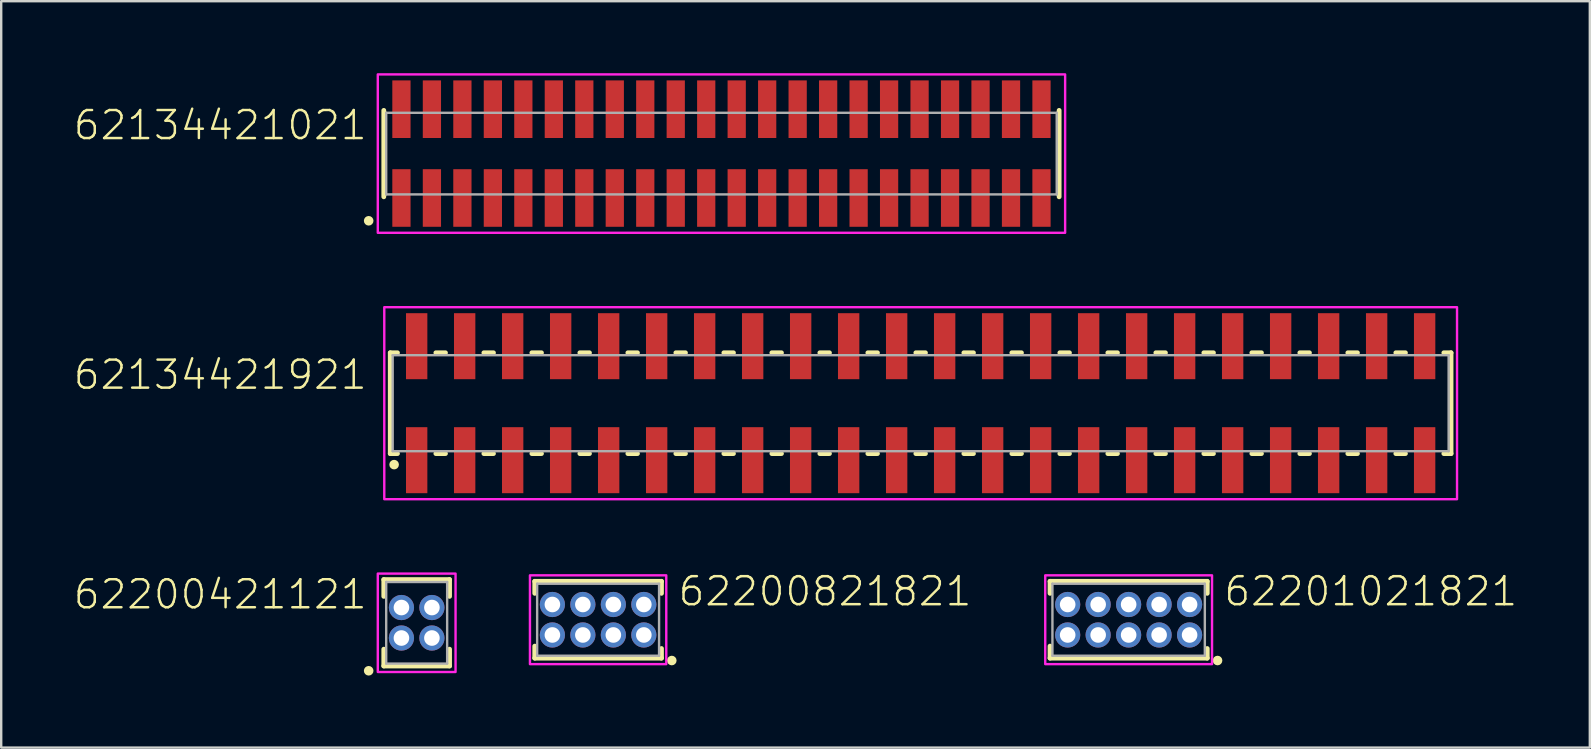
<source format=kicad_pcb>
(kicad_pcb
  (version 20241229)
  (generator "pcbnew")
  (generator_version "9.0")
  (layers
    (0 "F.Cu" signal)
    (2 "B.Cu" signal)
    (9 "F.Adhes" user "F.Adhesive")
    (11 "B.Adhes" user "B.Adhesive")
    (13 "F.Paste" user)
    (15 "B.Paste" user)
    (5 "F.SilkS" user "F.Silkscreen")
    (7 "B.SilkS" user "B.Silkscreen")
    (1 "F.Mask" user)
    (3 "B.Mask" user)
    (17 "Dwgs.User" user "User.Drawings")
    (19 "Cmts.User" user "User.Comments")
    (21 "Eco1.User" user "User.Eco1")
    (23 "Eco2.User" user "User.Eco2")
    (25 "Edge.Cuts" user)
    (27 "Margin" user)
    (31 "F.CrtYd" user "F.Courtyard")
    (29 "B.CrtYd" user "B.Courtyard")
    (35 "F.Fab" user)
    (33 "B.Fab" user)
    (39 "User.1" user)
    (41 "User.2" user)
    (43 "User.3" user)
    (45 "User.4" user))
  (footprint "62200421121"
    (layer "F.Cu")
    (at 14.312 22.9)
    (property "Reference" "62200421121" (at -2 -0.5 0) (unlocked yes) (layer "F.SilkS") (effects (font (size 1.168 1.168) (thickness 0.102)) (justify right bottom)))
    (fp_line (start -1.37 -1.8) (end 1.37 -1.8) (stroke (width 0.2) (type solid)) (layer "F.SilkS"))
    (fp_line (start -1.37 -1.1) (end -1.37 -1.8) (stroke (width 0.2) (type solid)) (layer "F.SilkS"))
    (fp_line (start -1.37 1.1) (end -1.37 1.8) (stroke (width 0.2) (type solid)) (layer "F.SilkS"))
    (fp_line (start -1.37 1.8) (end 1.37 1.8) (stroke (width 0.2) (type solid)) (layer "F.SilkS"))
    (fp_line (start 1.37 -1.8) (end 1.37 -1.1) (stroke (width 0.2) (type solid)) (layer "F.SilkS"))
    (fp_line (start 1.37 1.8) (end 1.37 1.1) (stroke (width 0.2) (type solid)) (layer "F.SilkS"))
    (fp_circle (center -2 2) (end -1.9 2) (stroke (width 0.2) (type solid)) (fill no) (layer "F.SilkS"))
    (fp_poly (pts (xy 1.62 2.05) (xy -1.62 2.05) (xy -1.62 -2.05) (xy 1.62 -2.05)) (stroke (width 0.1) (type default)) (fill no) (layer "F.CrtYd"))
    (fp_line (start -1.27 -1.7) (end -1.27 1.7) (stroke (width 0.1) (type solid)) (layer "F.Fab"))
    (fp_line (start -1.27 1.7) (end 1.27 1.7) (stroke (width 0.1) (type solid)) (layer "F.Fab"))
    (fp_line (start 1.27 -1.7) (end -1.27 -1.7) (stroke (width 0.1) (type solid)) (layer "F.Fab"))
    (fp_line (start 1.27 1.7) (end 1.27 -1.7) (stroke (width 0.1) (type solid)) (layer "F.Fab"))
    (pad "1" thru_hole circle (at -0.635 0.635) (size 1.05 1.05) (drill 0.65) (layers "*.Cu" "*.Mask"))
    (pad "2" thru_hole circle (at -0.635 -0.635) (size 1.05 1.05) (drill 0.65) (layers "*.Cu" "*.Mask"))
    (pad "3" thru_hole circle (at 0.635 0.635) (size 1.05 1.05) (drill 0.65) (layers "*.Cu" "*.Mask"))
    (pad "4" thru_hole circle (at 0.635 -0.635) (size 1.05 1.05) (drill 0.65) (layers "*.Cu" "*.Mask")))
  (footprint "62200821821"
    (layer "F.Cu")
    (at 21.872 22.773)
    (property "Reference" "62200821821" (at 3.27 -0.5 0) (unlocked yes) (layer "F.SilkS") (effects (font (size 1.168 1.168) (thickness 0.102)) (justify left bottom)))
    (fp_line (start -2.64 -1.6) (end 2.64 -1.6) (stroke (width 0.2) (type solid)) (layer "F.SilkS"))
    (fp_line (start -2.64 -1.1) (end -2.64 -1.6) (stroke (width 0.2) (type solid)) (layer "F.SilkS"))
    (fp_line (start -2.64 1.1) (end -2.64 1.6) (stroke (width 0.2) (type solid)) (layer "F.SilkS"))
    (fp_line (start -2.64 1.6) (end 2.64 1.6) (stroke (width 0.2) (type solid)) (layer "F.SilkS"))
    (fp_line (start 2.64 -1.6) (end 2.64 -1.1) (stroke (width 0.2) (type solid)) (layer "F.SilkS"))
    (fp_line (start 2.64 1.6) (end 2.64 1.2) (stroke (width 0.2) (type solid)) (layer "F.SilkS"))
    (fp_circle (center 3.07 1.7) (end 3.17 1.7) (stroke (width 0.2) (type solid)) (fill no) (layer "F.SilkS"))
    (fp_poly (pts (xy 2.84 1.85) (xy -2.84 1.85) (xy -2.84 -1.85) (xy 2.84 -1.85)) (stroke (width 0.1) (type default)) (fill no) (layer "F.CrtYd"))
    (fp_line (start -2.54 -1.5) (end -2.54 1.5) (stroke (width 0.1) (type solid)) (layer "F.Fab"))
    (fp_line (start -2.54 1.5) (end 2.54 1.5) (stroke (width 0.1) (type solid)) (layer "F.Fab"))
    (fp_line (start 2.54 -1.5) (end -2.54 -1.5) (stroke (width 0.1) (type solid)) (layer "F.Fab"))
    (fp_line (start 2.54 1.5) (end 2.54 -1.5) (stroke (width 0.1) (type solid)) (layer "F.Fab"))
    (pad "1" thru_hole circle (at 1.905 0.635 180) (size 1.05 1.05) (drill 0.65) (layers "*.Cu" "*.Mask"))
    (pad "2" thru_hole circle (at 1.905 -0.635 180) (size 1.05 1.05) (drill 0.65) (layers "*.Cu" "*.Mask"))
    (pad "3" thru_hole circle (at 0.635 0.635 180) (size 1.05 1.05) (drill 0.65) (layers "*.Cu" "*.Mask"))
    (pad "4" thru_hole circle (at 0.635 -0.635 180) (size 1.05 1.05) (drill 0.65) (layers "*.Cu" "*.Mask"))
    (pad "5" thru_hole circle (at -0.635 0.635 180) (size 1.05 1.05) (drill 0.65) (layers "*.Cu" "*.Mask"))
    (pad "6" thru_hole circle (at -0.635 -0.635 180) (size 1.05 1.05) (drill 0.65) (layers "*.Cu" "*.Mask"))
    (pad "7" thru_hole circle (at -1.905 0.635 180) (size 1.05 1.05) (drill 0.65) (layers "*.Cu" "*.Mask"))
    (pad "8" thru_hole circle (at -1.905 -0.635 180) (size 1.05 1.05) (drill 0.65) (layers "*.Cu" "*.Mask")))
  (footprint "62134421021"
    (layer "F.Cu")
    (at 27.012 3.35)
    (property "Reference" "62134421021" (at -14.7 -0.5 0) (unlocked yes) (layer "F.SilkS") (effects (font (size 1.168 1.168) (thickness 0.102)) (justify right bottom)))
    (fp_line (start -14.07 -1.8) (end -14.07 1.8) (stroke (width 0.2) (type solid)) (layer "F.SilkS"))
    (fp_line (start 14.07 1.8) (end 14.07 -1.8) (stroke (width 0.2) (type solid)) (layer "F.SilkS"))
    (fp_circle (center -14.7 2.8) (end -14.6 2.8) (stroke (width 0.2) (type solid)) (fill no) (layer "F.SilkS"))
    (fp_poly (pts (xy 14.32 3.3) (xy -14.32 3.3) (xy -14.32 -3.3) (xy 14.32 -3.3)) (stroke (width 0.1) (type default)) (fill no) (layer "F.CrtYd"))
    (fp_line (start -13.97 -1.7) (end -13.97 1.7) (stroke (width 0.1) (type solid)) (layer "F.Fab"))
    (fp_line (start -13.97 1.7) (end 13.97 1.7) (stroke (width 0.1) (type solid)) (layer "F.Fab"))
    (fp_line (start 13.97 -1.7) (end -13.97 -1.7) (stroke (width 0.1) (type solid)) (layer "F.Fab"))
    (fp_line (start 13.97 1.7) (end 13.97 -1.7) (stroke (width 0.1) (type solid)) (layer "F.Fab"))
    (pad "1" smd rect (at -13.335 1.85) (size 0.76 2.4) (layers "F.Cu" "F.Mask" "F.Paste"))
    (pad "2" smd rect (at -13.335 -1.85) (size 0.76 2.4) (layers "F.Cu" "F.Mask" "F.Paste"))
    (pad "3" smd rect (at -12.065 1.85) (size 0.76 2.4) (layers "F.Cu" "F.Mask" "F.Paste"))
    (pad "4" smd rect (at -12.065 -1.85) (size 0.76 2.4) (layers "F.Cu" "F.Mask" "F.Paste"))
    (pad "5" smd rect (at -10.795 1.85) (size 0.76 2.4) (layers "F.Cu" "F.Mask" "F.Paste"))
    (pad "6" smd rect (at -10.795 -1.85) (size 0.76 2.4) (layers "F.Cu" "F.Mask" "F.Paste"))
    (pad "7" smd rect (at -9.525 1.85) (size 0.76 2.4) (layers "F.Cu" "F.Mask" "F.Paste"))
    (pad "8" smd rect (at -9.525 -1.85) (size 0.76 2.4) (layers "F.Cu" "F.Mask" "F.Paste"))
    (pad "9" smd rect (at -8.255 1.85) (size 0.76 2.4) (layers "F.Cu" "F.Mask" "F.Paste"))
    (pad "10" smd rect (at -8.255 -1.85) (size 0.76 2.4) (layers "F.Cu" "F.Mask" "F.Paste"))
    (pad "11" smd rect (at -6.985 1.85) (size 0.76 2.4) (layers "F.Cu" "F.Mask" "F.Paste"))
    (pad "12" smd rect (at -6.985 -1.85) (size 0.76 2.4) (layers "F.Cu" "F.Mask" "F.Paste"))
    (pad "13" smd rect (at -5.715 1.85) (size 0.76 2.4) (layers "F.Cu" "F.Mask" "F.Paste"))
    (pad "14" smd rect (at -5.715 -1.85) (size 0.76 2.4) (layers "F.Cu" "F.Mask" "F.Paste"))
    (pad "15" smd rect (at -4.445 1.85) (size 0.76 2.4) (layers "F.Cu" "F.Mask" "F.Paste"))
    (pad "16" smd rect (at -4.445 -1.85) (size 0.76 2.4) (layers "F.Cu" "F.Mask" "F.Paste"))
    (pad "17" smd rect (at -3.175 1.85) (size 0.76 2.4) (layers "F.Cu" "F.Mask" "F.Paste"))
    (pad "18" smd rect (at -3.175 -1.85) (size 0.76 2.4) (layers "F.Cu" "F.Mask" "F.Paste"))
    (pad "19" smd rect (at -1.905 1.85) (size 0.76 2.4) (layers "F.Cu" "F.Mask" "F.Paste"))
    (pad "20" smd rect (at -1.905 -1.85) (size 0.76 2.4) (layers "F.Cu" "F.Mask" "F.Paste"))
    (pad "21" smd rect (at -0.635 1.85) (size 0.76 2.4) (layers "F.Cu" "F.Mask" "F.Paste"))
    (pad "22" smd rect (at -0.635 -1.85) (size 0.76 2.4) (layers "F.Cu" "F.Mask" "F.Paste"))
    (pad "23" smd rect (at 0.635 1.85) (size 0.76 2.4) (layers "F.Cu" "F.Mask" "F.Paste"))
    (pad "24" smd rect (at 0.635 -1.85) (size 0.76 2.4) (layers "F.Cu" "F.Mask" "F.Paste"))
    (pad "25" smd rect (at 1.905 1.85) (size 0.76 2.4) (layers "F.Cu" "F.Mask" "F.Paste"))
    (pad "26" smd rect (at 1.905 -1.85) (size 0.76 2.4) (layers "F.Cu" "F.Mask" "F.Paste"))
    (pad "27" smd rect (at 3.175 1.85) (size 0.76 2.4) (layers "F.Cu" "F.Mask" "F.Paste"))
    (pad "28" smd rect (at 3.175 -1.85) (size 0.76 2.4) (layers "F.Cu" "F.Mask" "F.Paste"))
    (pad "29" smd rect (at 4.445 1.85) (size 0.76 2.4) (layers "F.Cu" "F.Mask" "F.Paste"))
    (pad "30" smd rect (at 4.445 -1.85) (size 0.76 2.4) (layers "F.Cu" "F.Mask" "F.Paste"))
    (pad "31" smd rect (at 5.715 1.85) (size 0.76 2.4) (layers "F.Cu" "F.Mask" "F.Paste"))
    (pad "32" smd rect (at 5.715 -1.85) (size 0.76 2.4) (layers "F.Cu" "F.Mask" "F.Paste"))
    (pad "33" smd rect (at 6.985 1.85) (size 0.76 2.4) (layers "F.Cu" "F.Mask" "F.Paste"))
    (pad "34" smd rect (at 6.985 -1.85) (size 0.76 2.4) (layers "F.Cu" "F.Mask" "F.Paste"))
    (pad "35" smd rect (at 8.255 1.85) (size 0.76 2.4) (layers "F.Cu" "F.Mask" "F.Paste"))
    (pad "36" smd rect (at 8.255 -1.85) (size 0.76 2.4) (layers "F.Cu" "F.Mask" "F.Paste"))
    (pad "37" smd rect (at 9.525 1.85) (size 0.76 2.4) (layers "F.Cu" "F.Mask" "F.Paste"))
    (pad "38" smd rect (at 9.525 -1.85) (size 0.76 2.4) (layers "F.Cu" "F.Mask" "F.Paste"))
    (pad "39" smd rect (at 10.795 1.85) (size 0.76 2.4) (layers "F.Cu" "F.Mask" "F.Paste"))
    (pad "40" smd rect (at 10.795 -1.85) (size 0.76 2.4) (layers "F.Cu" "F.Mask" "F.Paste"))
    (pad "41" smd rect (at 12.065 1.85) (size 0.76 2.4) (layers "F.Cu" "F.Mask" "F.Paste"))
    (pad "42" smd rect (at 12.065 -1.85) (size 0.76 2.4) (layers "F.Cu" "F.Mask" "F.Paste"))
    (pad "43" smd rect (at 13.335 1.85) (size 0.76 2.4) (layers "F.Cu" "F.Mask" "F.Paste"))
    (pad "44" smd rect (at 13.335 -1.85) (size 0.76 2.4) (layers "F.Cu" "F.Mask" "F.Paste")))
  (footprint "62201021821"
    (layer "F.Cu")
    (at 43.978 22.773)
    (property "Reference" "62201021821" (at 3.905 -0.5 0) (unlocked yes) (layer "F.SilkS") (effects (font (size 1.168 1.168) (thickness 0.102)) (justify left bottom)))
    (fp_line (start -3.275 -1.6) (end 3.275 -1.6) (stroke (width 0.2) (type solid)) (layer "F.SilkS"))
    (fp_line (start -3.275 -1.1) (end -3.275 -1.6) (stroke (width 0.2) (type solid)) (layer "F.SilkS"))
    (fp_line (start -3.275 1.1) (end -3.275 1.6) (stroke (width 0.2) (type solid)) (layer "F.SilkS"))
    (fp_line (start -3.275 1.6) (end 3.275 1.6) (stroke (width 0.2) (type solid)) (layer "F.SilkS"))
    (fp_line (start 3.275 -1.6) (end 3.275 -1.1) (stroke (width 0.2) (type solid)) (layer "F.SilkS"))
    (fp_line (start 3.275 1.6) (end 3.275 1.2) (stroke (width 0.2) (type solid)) (layer "F.SilkS"))
    (fp_circle (center 3.705 1.7) (end 3.805 1.7) (stroke (width 0.2) (type solid)) (fill no) (layer "F.SilkS"))
    (fp_poly (pts (xy 3.475 1.85) (xy -3.475 1.85) (xy -3.475 -1.85) (xy 3.475 -1.85)) (stroke (width 0.1) (type default)) (fill no) (layer "F.CrtYd"))
    (fp_line (start -3.175 -1.5) (end -3.175 1.5) (stroke (width 0.1) (type solid)) (layer "F.Fab"))
    (fp_line (start -3.175 1.5) (end 3.175 1.5) (stroke (width 0.1) (type solid)) (layer "F.Fab"))
    (fp_line (start 3.175 -1.5) (end -3.175 -1.5) (stroke (width 0.1) (type solid)) (layer "F.Fab"))
    (fp_line (start 3.175 1.5) (end 3.175 -1.5) (stroke (width 0.1) (type solid)) (layer "F.Fab"))
    (pad "1" thru_hole circle (at 2.54 0.635 180) (size 1.05 1.05) (drill 0.65) (layers "*.Cu" "*.Mask"))
    (pad "2" thru_hole circle (at 2.54 -0.635 180) (size 1.05 1.05) (drill 0.65) (layers "*.Cu" "*.Mask"))
    (pad "3" thru_hole circle (at 1.27 0.635 180) (size 1.05 1.05) (drill 0.65) (layers "*.Cu" "*.Mask"))
    (pad "4" thru_hole circle (at 1.27 -0.635 180) (size 1.05 1.05) (drill 0.65) (layers "*.Cu" "*.Mask"))
    (pad "5" thru_hole circle (at 0 0.635 180) (size 1.05 1.05) (drill 0.65) (layers "*.Cu" "*.Mask"))
    (pad "6" thru_hole circle (at 0 -0.635 180) (size 1.05 1.05) (drill 0.65) (layers "*.Cu" "*.Mask"))
    (pad "7" thru_hole circle (at -1.27 0.635 180) (size 1.05 1.05) (drill 0.65) (layers "*.Cu" "*.Mask"))
    (pad "8" thru_hole circle (at -1.27 -0.635 180) (size 1.05 1.05) (drill 0.65) (layers "*.Cu" "*.Mask"))
    (pad "9" thru_hole circle (at -2.54 0.635 180) (size 1.05 1.05) (drill 0.65) (layers "*.Cu" "*.Mask"))
    (pad "10" thru_hole circle (at -2.54 -0.635 180) (size 1.05 1.05) (drill 0.65) (layers "*.Cu" "*.Mask")))
  (footprint "62134421921"
    (layer "F.Cu")
    (at 35.312 13.75)
    (property "Reference" "62134421921" (at -23 -0.5 0) (unlocked yes) (layer "F.SilkS") (effects (font (size 1.168 1.168) (thickness 0.102)) (justify right bottom)))
    (fp_line (start -22.1 -2.1) (end -22.1 2.1) (stroke (width 0.2) (type solid)) (layer "F.SilkS"))
    (fp_line (start -22.1 2.1) (end -21.8 2.1) (stroke (width 0.2) (type solid)) (layer "F.SilkS"))
    (fp_line (start -21.8 -2.1) (end -22.1 -2.1) (stroke (width 0.2) (type solid)) (layer "F.SilkS"))
    (fp_line (start -20.2 -2.1) (end -19.8 -2.1) (stroke (width 0.2) (type solid)) (layer "F.SilkS"))
    (fp_line (start -19.8 2.1) (end -20.2 2.1) (stroke (width 0.2) (type solid)) (layer "F.SilkS"))
    (fp_line (start -18.2 -2.1) (end -17.8 -2.1) (stroke (width 0.2) (type solid)) (layer "F.SilkS"))
    (fp_line (start -17.8 2.1) (end -18.2 2.1) (stroke (width 0.2) (type solid)) (layer "F.SilkS"))
    (fp_line (start -16.2 -2.1) (end -15.8 -2.1) (stroke (width 0.2) (type solid)) (layer "F.SilkS"))
    (fp_line (start -15.8 2.1) (end -16.2 2.1) (stroke (width 0.2) (type solid)) (layer "F.SilkS"))
    (fp_line (start -14.2 -2.1) (end -13.8 -2.1) (stroke (width 0.2) (type solid)) (layer "F.SilkS"))
    (fp_line (start -13.8 2.1) (end -14.2 2.1) (stroke (width 0.2) (type solid)) (layer "F.SilkS"))
    (fp_line (start -12.2 -2.1) (end -11.8 -2.1) (stroke (width 0.2) (type solid)) (layer "F.SilkS"))
    (fp_line (start -11.8 2.1) (end -12.2 2.1) (stroke (width 0.2) (type solid)) (layer "F.SilkS"))
    (fp_line (start -10.2 -2.1) (end -9.8 -2.1) (stroke (width 0.2) (type solid)) (layer "F.SilkS"))
    (fp_line (start -9.8 2.1) (end -10.2 2.1) (stroke (width 0.2) (type solid)) (layer "F.SilkS"))
    (fp_line (start -8.2 -2.1) (end -7.8 -2.1) (stroke (width 0.2) (type solid)) (layer "F.SilkS"))
    (fp_line (start -7.8 2.1) (end -8.2 2.1) (stroke (width 0.2) (type solid)) (layer "F.SilkS"))
    (fp_line (start -6.2 -2.1) (end -5.8 -2.1) (stroke (width 0.2) (type solid)) (layer "F.SilkS"))
    (fp_line (start -5.8 2.1) (end -6.2 2.1) (stroke (width 0.2) (type solid)) (layer "F.SilkS"))
    (fp_line (start -4.2 -2.1) (end -3.8 -2.1) (stroke (width 0.2) (type solid)) (layer "F.SilkS"))
    (fp_line (start -3.8 2.1) (end -4.2 2.1) (stroke (width 0.2) (type solid)) (layer "F.SilkS"))
    (fp_line (start -2.2 -2.1) (end -1.8 -2.1) (stroke (width 0.2) (type solid)) (layer "F.SilkS"))
    (fp_line (start -1.8 2.1) (end -2.2 2.1) (stroke (width 0.2) (type solid)) (layer "F.SilkS"))
    (fp_line (start -0.2 -2.1) (end 0.2 -2.1) (stroke (width 0.2) (type solid)) (layer "F.SilkS"))
    (fp_line (start 0.2 2.1) (end -0.2 2.1) (stroke (width 0.2) (type solid)) (layer "F.SilkS"))
    (fp_line (start 1.8 -2.1) (end 2.2 -2.1) (stroke (width 0.2) (type solid)) (layer "F.SilkS"))
    (fp_line (start 2.2 2.1) (end 1.8 2.1) (stroke (width 0.2) (type solid)) (layer "F.SilkS"))
    (fp_line (start 3.8 -2.1) (end 4.2 -2.1) (stroke (width 0.2) (type solid)) (layer "F.SilkS"))
    (fp_line (start 4.2 2.1) (end 3.8 2.1) (stroke (width 0.2) (type solid)) (layer "F.SilkS"))
    (fp_line (start 5.8 -2.1) (end 6.2 -2.1) (stroke (width 0.2) (type solid)) (layer "F.SilkS"))
    (fp_line (start 6.2 2.1) (end 5.8 2.1) (stroke (width 0.2) (type solid)) (layer "F.SilkS"))
    (fp_line (start 7.8 -2.1) (end 8.2 -2.1) (stroke (width 0.2) (type solid)) (layer "F.SilkS"))
    (fp_line (start 8.2 2.1) (end 7.8 2.1) (stroke (width 0.2) (type solid)) (layer "F.SilkS"))
    (fp_line (start 9.8 -2.1) (end 10.2 -2.1) (stroke (width 0.2) (type solid)) (layer "F.SilkS"))
    (fp_line (start 10.2 2.1) (end 9.8 2.1) (stroke (width 0.2) (type solid)) (layer "F.SilkS"))
    (fp_line (start 11.8 -2.1) (end 12.2 -2.1) (stroke (width 0.2) (type solid)) (layer "F.SilkS"))
    (fp_line (start 12.2 2.1) (end 11.8 2.1) (stroke (width 0.2) (type solid)) (layer "F.SilkS"))
    (fp_line (start 13.8 -2.1) (end 14.2 -2.1) (stroke (width 0.2) (type solid)) (layer "F.SilkS"))
    (fp_line (start 14.2 2.1) (end 13.8 2.1) (stroke (width 0.2) (type solid)) (layer "F.SilkS"))
    (fp_line (start 15.8 -2.1) (end 16.2 -2.1) (stroke (width 0.2) (type solid)) (layer "F.SilkS"))
    (fp_line (start 16.2 2.1) (end 15.8 2.1) (stroke (width 0.2) (type solid)) (layer "F.SilkS"))
    (fp_line (start 17.8 -2.1) (end 18.2 -2.1) (stroke (width 0.2) (type solid)) (layer "F.SilkS"))
    (fp_line (start 18.2 2.1) (end 17.8 2.1) (stroke (width 0.2) (type solid)) (layer "F.SilkS"))
    (fp_line (start 19.8 -2.1) (end 20.2 -2.1) (stroke (width 0.2) (type solid)) (layer "F.SilkS"))
    (fp_line (start 20.2 2.1) (end 19.8 2.1) (stroke (width 0.2) (type solid)) (layer "F.SilkS"))
    (fp_line (start 21.8 -2.1) (end 22.1 -2.1) (stroke (width 0.2) (type solid)) (layer "F.SilkS"))
    (fp_line (start 22.1 -2.1) (end 22.1 2.1) (stroke (width 0.2) (type solid)) (layer "F.SilkS"))
    (fp_line (start 22.1 2.1) (end 21.8 2.1) (stroke (width 0.2) (type solid)) (layer "F.SilkS"))
    (fp_circle (center -21.94 2.56) (end -21.84 2.56) (stroke (width 0.2) (type solid)) (fill no) (layer "F.SilkS"))
    (fp_poly (pts (xy 22.35 4) (xy -22.35 4) (xy -22.35 -4) (xy 22.35 -4)) (stroke (width 0.1) (type default)) (fill no) (layer "F.CrtYd"))
    (fp_line (start -22 -2) (end 22 -2) (stroke (width 0.1) (type solid)) (layer "F.Fab"))
    (fp_line (start -22 2) (end -22 -2) (stroke (width 0.1) (type solid)) (layer "F.Fab"))
    (fp_line (start 22 -2) (end 22 2) (stroke (width 0.1) (type solid)) (layer "F.Fab"))
    (fp_line (start 22 2) (end -22 2) (stroke (width 0.1) (type solid)) (layer "F.Fab"))
    (pad "1" smd rect (at -21 2.375) (size 0.89 2.75) (layers "F.Cu" "F.Mask" "F.Paste"))
    (pad "2" smd rect (at -21 -2.375) (size 0.89 2.75) (layers "F.Cu" "F.Mask" "F.Paste"))
    (pad "3" smd rect (at -19 2.375) (size 0.89 2.75) (layers "F.Cu" "F.Mask" "F.Paste"))
    (pad "4" smd rect (at -19 -2.375) (size 0.89 2.75) (layers "F.Cu" "F.Mask" "F.Paste"))
    (pad "5" smd rect (at -17 2.375) (size 0.89 2.75) (layers "F.Cu" "F.Mask" "F.Paste"))
    (pad "6" smd rect (at -17 -2.375) (size 0.89 2.75) (layers "F.Cu" "F.Mask" "F.Paste"))
    (pad "7" smd rect (at -15 2.375) (size 0.89 2.75) (layers "F.Cu" "F.Mask" "F.Paste"))
    (pad "8" smd rect (at -15 -2.375) (size 0.89 2.75) (layers "F.Cu" "F.Mask" "F.Paste"))
    (pad "9" smd rect (at -13 2.375) (size 0.89 2.75) (layers "F.Cu" "F.Mask" "F.Paste"))
    (pad "10" smd rect (at -13 -2.375) (size 0.89 2.75) (layers "F.Cu" "F.Mask" "F.Paste"))
    (pad "11" smd rect (at -11 2.375) (size 0.89 2.75) (layers "F.Cu" "F.Mask" "F.Paste"))
    (pad "12" smd rect (at -11 -2.375) (size 0.89 2.75) (layers "F.Cu" "F.Mask" "F.Paste"))
    (pad "13" smd rect (at -9 2.375) (size 0.89 2.75) (layers "F.Cu" "F.Mask" "F.Paste"))
    (pad "14" smd rect (at -9 -2.375) (size 0.89 2.75) (layers "F.Cu" "F.Mask" "F.Paste"))
    (pad "15" smd rect (at -7 2.375) (size 0.89 2.75) (layers "F.Cu" "F.Mask" "F.Paste"))
    (pad "16" smd rect (at -7 -2.375) (size 0.89 2.75) (layers "F.Cu" "F.Mask" "F.Paste"))
    (pad "17" smd rect (at -5 2.375) (size 0.89 2.75) (layers "F.Cu" "F.Mask" "F.Paste"))
    (pad "18" smd rect (at -5 -2.375) (size 0.89 2.75) (layers "F.Cu" "F.Mask" "F.Paste"))
    (pad "19" smd rect (at -3 2.375) (size 0.89 2.75) (layers "F.Cu" "F.Mask" "F.Paste"))
    (pad "20" smd rect (at -3 -2.375) (size 0.89 2.75) (layers "F.Cu" "F.Mask" "F.Paste"))
    (pad "21" smd rect (at -1 2.375) (size 0.89 2.75) (layers "F.Cu" "F.Mask" "F.Paste"))
    (pad "22" smd rect (at -1 -2.375) (size 0.89 2.75) (layers "F.Cu" "F.Mask" "F.Paste"))
    (pad "23" smd rect (at 1 2.375) (size 0.89 2.75) (layers "F.Cu" "F.Mask" "F.Paste"))
    (pad "24" smd rect (at 1 -2.375) (size 0.89 2.75) (layers "F.Cu" "F.Mask" "F.Paste"))
    (pad "25" smd rect (at 3 2.375) (size 0.89 2.75) (layers "F.Cu" "F.Mask" "F.Paste"))
    (pad "26" smd rect (at 3 -2.375) (size 0.89 2.75) (layers "F.Cu" "F.Mask" "F.Paste"))
    (pad "27" smd rect (at 5 2.375) (size 0.89 2.75) (layers "F.Cu" "F.Mask" "F.Paste"))
    (pad "28" smd rect (at 5 -2.375) (size 0.89 2.75) (layers "F.Cu" "F.Mask" "F.Paste"))
    (pad "29" smd rect (at 7 2.375) (size 0.89 2.75) (layers "F.Cu" "F.Mask" "F.Paste"))
    (pad "30" smd rect (at 7 -2.375) (size 0.89 2.75) (layers "F.Cu" "F.Mask" "F.Paste"))
    (pad "31" smd rect (at 9 2.375) (size 0.89 2.75) (layers "F.Cu" "F.Mask" "F.Paste"))
    (pad "32" smd rect (at 9 -2.375) (size 0.89 2.75) (layers "F.Cu" "F.Mask" "F.Paste"))
    (pad "33" smd rect (at 11 2.375) (size 0.89 2.75) (layers "F.Cu" "F.Mask" "F.Paste"))
    (pad "34" smd rect (at 11 -2.375) (size 0.89 2.75) (layers "F.Cu" "F.Mask" "F.Paste"))
    (pad "35" smd rect (at 13 2.375) (size 0.89 2.75) (layers "F.Cu" "F.Mask" "F.Paste"))
    (pad "36" smd rect (at 13 -2.375) (size 0.89 2.75) (layers "F.Cu" "F.Mask" "F.Paste"))
    (pad "37" smd rect (at 15 2.375) (size 0.89 2.75) (layers "F.Cu" "F.Mask" "F.Paste"))
    (pad "38" smd rect (at 15 -2.375) (size 0.89 2.75) (layers "F.Cu" "F.Mask" "F.Paste"))
    (pad "39" smd rect (at 17 2.375) (size 0.89 2.75) (layers "F.Cu" "F.Mask" "F.Paste"))
    (pad "40" smd rect (at 17 -2.375) (size 0.89 2.75) (layers "F.Cu" "F.Mask" "F.Paste"))
    (pad "41" smd rect (at 19 2.375) (size 0.89 2.75) (layers "F.Cu" "F.Mask" "F.Paste"))
    (pad "42" smd rect (at 19 -2.375) (size 0.89 2.75) (layers "F.Cu" "F.Mask" "F.Paste"))
    (pad "43" smd rect (at 21 2.375) (size 0.89 2.75) (layers "F.Cu" "F.Mask" "F.Paste"))
    (pad "44" smd rect (at 21 -2.375) (size 0.89 2.75) (layers "F.Cu" "F.Mask" "F.Paste")))
  (gr_rect
    (start -3 -3)
    (end 63.195 28.1)
    (stroke (width 0.1) (type default))
    (fill no)
    (layer "Edge.Cuts")))
</source>
